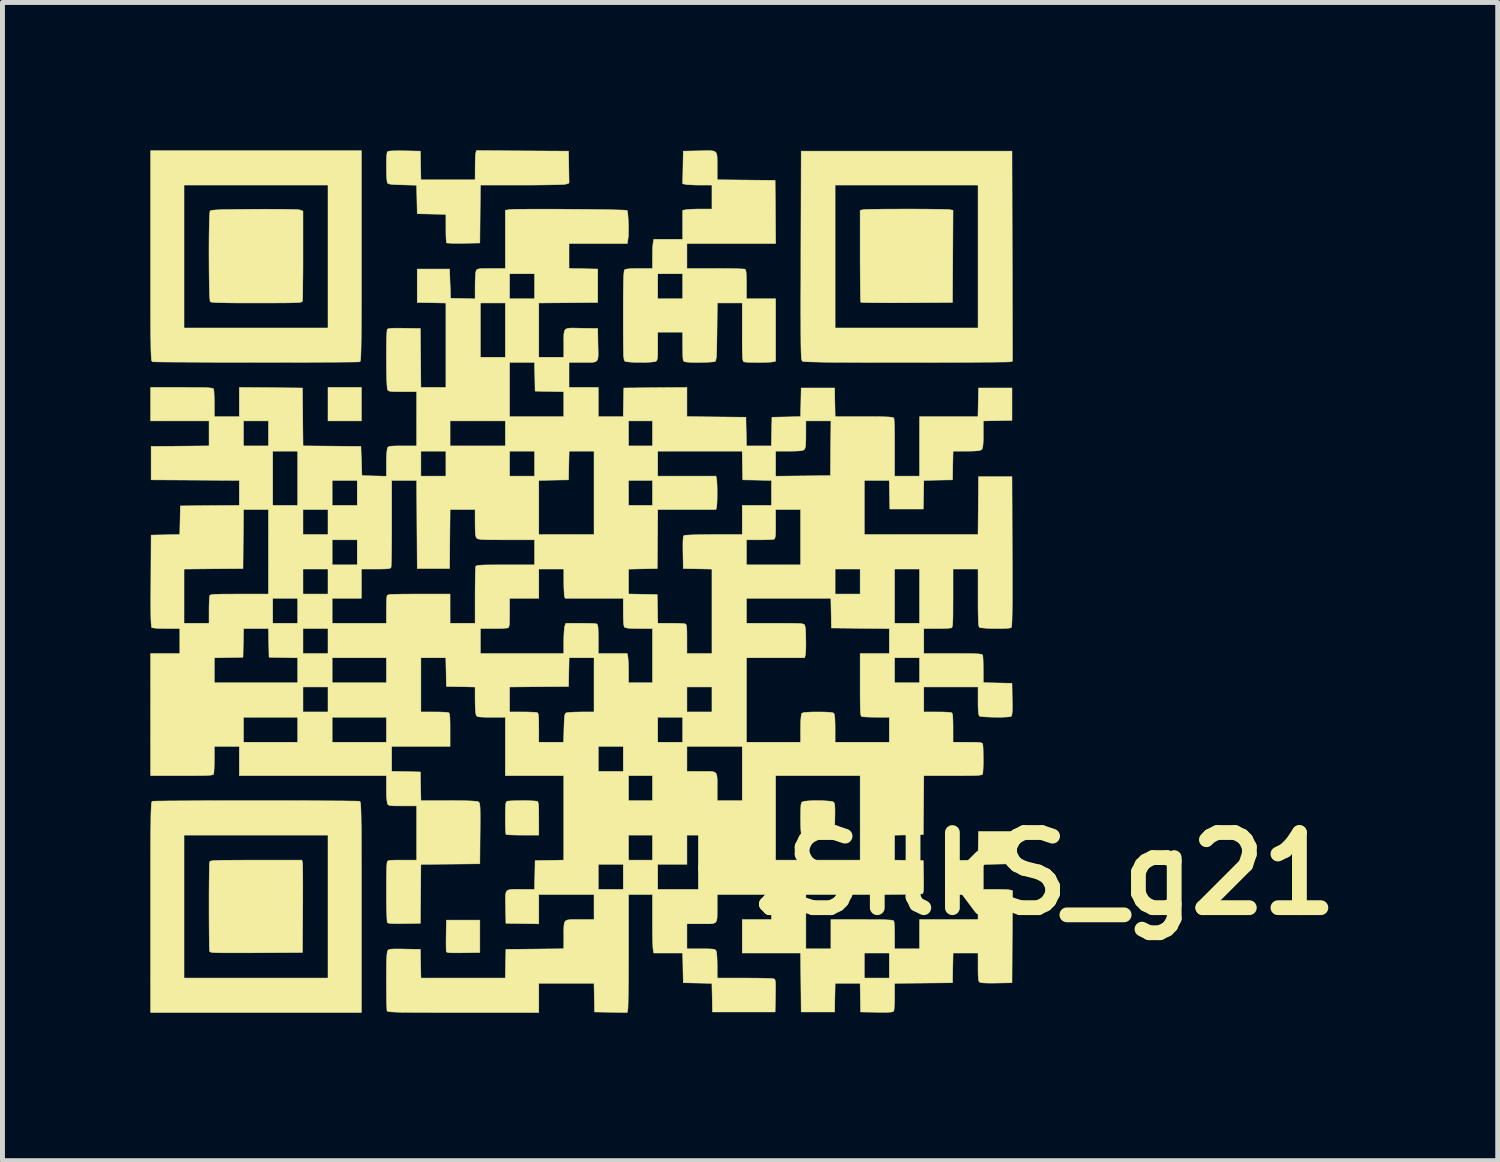
<source format=kicad_pcb>
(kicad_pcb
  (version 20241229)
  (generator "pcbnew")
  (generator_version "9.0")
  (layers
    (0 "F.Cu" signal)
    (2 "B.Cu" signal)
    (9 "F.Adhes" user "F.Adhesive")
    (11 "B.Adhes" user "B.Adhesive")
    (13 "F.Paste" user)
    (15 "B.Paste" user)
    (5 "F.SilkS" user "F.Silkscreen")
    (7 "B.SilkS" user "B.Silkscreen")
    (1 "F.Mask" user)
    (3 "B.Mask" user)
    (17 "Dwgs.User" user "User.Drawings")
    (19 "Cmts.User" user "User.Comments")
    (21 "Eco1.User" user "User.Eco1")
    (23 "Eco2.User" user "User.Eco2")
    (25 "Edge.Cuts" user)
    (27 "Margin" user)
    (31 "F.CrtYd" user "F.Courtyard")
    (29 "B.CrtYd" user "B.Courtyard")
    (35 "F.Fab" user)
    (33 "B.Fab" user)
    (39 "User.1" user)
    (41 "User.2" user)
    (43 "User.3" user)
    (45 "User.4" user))
  (footprint "F.SilkS_g21"
    (layer "F.Cu")
    (at 17.468 14.674)
    (property "Reference" "F.SilkS_g21" (at 0 0 0) (layer "F.SilkS") (effects (font (size 1.524 1.524) (thickness 0.3))))
    (attr through_hole)
    (fp_poly (pts (xy -13.187 -9.186) (xy -13.864 -9.186) (xy -13.864 -9.864) (xy -13.187 -9.864) (xy -13.187 -9.186)) (stroke (width 0.01) (type solid)) (fill yes) (layer "F.SilkS"))
    (fp_poly (pts (xy -10.784 1.598) (xy -11.118 1.604) (xy -11.25 1.605) (xy -11.346 1.605) (xy -11.409 1.601) (xy -11.446 1.594) (xy -11.462 1.584) (xy -11.463 1.582) (xy -11.466 1.551) (xy -11.468 1.487) (xy -11.469 1.397) (xy -11.468 1.29) (xy -11.468 1.248) (xy -11.462 0.942) (xy -10.784 0.942) (xy -10.784 1.598)) (stroke (width 0.01) (type solid)) (fill yes) (layer "F.SilkS"))
    (fp_poly (pts (xy -9.822 -1.481) (xy -9.73 -1.478) (xy -9.661 -1.474) (xy -9.624 -1.469) (xy -9.622 -1.469) (xy -9.609 -1.459) (xy -9.6 -1.435) (xy -9.594 -1.392) (xy -9.59 -1.324) (xy -9.589 -1.224) (xy -9.588 -1.12) (xy -9.588 -0.783) (xy -9.913 -0.783) (xy -10.026 -0.784) (xy -10.124 -0.786) (xy -10.199 -0.79) (xy -10.243 -0.795) (xy -10.252 -0.797) (xy -10.257 -0.822) (xy -10.261 -0.882) (xy -10.264 -0.969) (xy -10.266 -1.075) (xy -10.266 -1.134) (xy -10.265 -1.259) (xy -10.263 -1.349) (xy -10.259 -1.409) (xy -10.252 -1.445) (xy -10.241 -1.463) (xy -10.232 -1.469) (xy -10.199 -1.474) (xy -10.133 -1.478) (xy -10.043 -1.48) (xy -9.939 -1.482) (xy -9.927 -1.482) (xy -9.822 -1.481)) (stroke (width 0.01) (type solid)) (fill yes) (layer "F.SilkS"))
    (fp_poly (pts (xy -3.825 -1.48) (xy -3.732 -1.475) (xy -3.659 -1.468) (xy -3.616 -1.457) (xy -3.612 -1.455) (xy -3.598 -1.44) (xy -3.589 -1.416) (xy -3.583 -1.375) (xy -3.58 -1.311) (xy -3.58 -1.216) (xy -3.582 -1.111) (xy -3.588 -0.794) (xy -3.917 -0.788) (xy -4.031 -0.787) (xy -4.13 -0.788) (xy -4.206 -0.79) (xy -4.252 -0.794) (xy -4.261 -0.797) (xy -4.266 -0.822) (xy -4.271 -0.882) (xy -4.274 -0.968) (xy -4.275 -1.074) (xy -4.276 -1.125) (xy -4.275 -1.247) (xy -4.273 -1.333) (xy -4.27 -1.391) (xy -4.263 -1.426) (xy -4.252 -1.447) (xy -4.236 -1.459) (xy -4.235 -1.46) (xy -4.194 -1.47) (xy -4.122 -1.477) (xy -4.03 -1.481) (xy -3.927 -1.482) (xy -3.825 -1.48)) (stroke (width 0.01) (type solid)) (fill yes) (layer "F.SilkS"))
    (fp_poly (pts (xy -2.003 -13.483) (xy -1.835 -13.482) (xy -1.678 -13.481) (xy -1.537 -13.479) (xy -1.418 -13.477) (xy -1.326 -13.475) (xy -1.267 -13.472) (xy -1.251 -13.47) (xy -1.185 -13.457) (xy -1.19 -12.523) (xy -1.196 -11.589) (xy -2.118 -11.583) (xy -2.312 -11.582) (xy -2.492 -11.582) (xy -2.655 -11.583) (xy -2.796 -11.584) (xy -2.911 -11.585) (xy -2.995 -11.588) (xy -3.044 -11.59) (xy -3.055 -11.592) (xy -3.058 -11.616) (xy -3.061 -11.677) (xy -3.063 -11.772) (xy -3.065 -11.896) (xy -3.067 -12.045) (xy -3.068 -12.215) (xy -3.069 -12.401) (xy -3.069 -12.532) (xy -3.069 -13.457) (xy -3.003 -13.47) (xy -2.965 -13.473) (xy -2.89 -13.476) (xy -2.785 -13.478) (xy -2.655 -13.48) (xy -2.506 -13.482) (xy -2.344 -13.482) (xy -2.174 -13.483) (xy -2.003 -13.483)) (stroke (width 0.01) (type solid)) (fill yes) (layer "F.SilkS"))
    (fp_poly (pts (xy -14.383 -0.228) (xy -14.38 -0.197) (xy -14.378 -0.128) (xy -14.377 -0.027) (xy -14.376 0.103) (xy -14.375 0.256) (xy -14.376 0.429) (xy -14.376 0.615) (xy -14.377 0.709) (xy -14.383 1.598) (xy -15.317 1.604) (xy -15.542 1.605) (xy -15.728 1.605) (xy -15.879 1.605) (xy -15.999 1.605) (xy -16.091 1.603) (xy -16.159 1.6) (xy -16.207 1.597) (xy -16.237 1.592) (xy -16.255 1.585) (xy -16.263 1.578) (xy -16.264 1.575) (xy -16.267 1.547) (xy -16.27 1.481) (xy -16.272 1.384) (xy -16.274 1.261) (xy -16.275 1.118) (xy -16.276 0.96) (xy -16.277 0.792) (xy -16.277 0.62) (xy -16.277 0.45) (xy -16.276 0.287) (xy -16.275 0.136) (xy -16.273 0.003) (xy -16.271 -0.107) (xy -16.269 -0.187) (xy -16.266 -0.233) (xy -16.264 -0.242) (xy -16.258 -0.25) (xy -16.242 -0.256) (xy -16.214 -0.262) (xy -16.169 -0.266) (xy -16.105 -0.269) (xy -16.017 -0.272) (xy -15.901 -0.273) (xy -15.755 -0.274) (xy -15.574 -0.275) (xy -15.355 -0.275) (xy -15.323 -0.275) (xy -14.394 -0.275) (xy -14.383 -0.228)) (stroke (width 0.01) (type solid)) (fill yes) (layer "F.SilkS"))
    (fp_poly (pts (xy 0.016 -12.528) (xy 0.021 -10.398) (xy -0.026 -10.385) (xy -0.054 -10.383) (xy -0.121 -10.381) (xy -0.224 -10.38) (xy -0.361 -10.378) (xy -0.528 -10.377) (xy -0.723 -10.376) (xy -0.943 -10.374) (xy -1.184 -10.374) (xy -1.443 -10.373) (xy -1.719 -10.372) (xy -2.007 -10.372) (xy -2.139 -10.372) (xy -2.496 -10.372) (xy -2.813 -10.372) (xy -3.092 -10.373) (xy -3.334 -10.374) (xy -3.543 -10.375) (xy -3.72 -10.376) (xy -3.867 -10.378) (xy -3.986 -10.381) (xy -4.08 -10.383) (xy -4.15 -10.386) (xy -4.199 -10.39) (xy -4.229 -10.394) (xy -4.24 -10.398) (xy -4.246 -10.405) (xy -4.251 -10.416) (xy -4.256 -10.436) (xy -4.26 -10.465) (xy -4.263 -10.508) (xy -4.266 -10.565) (xy -4.268 -10.64) (xy -4.27 -10.736) (xy -4.271 -10.853) (xy -4.272 -10.996) (xy -4.272 -11.166) (xy -4.273 -11.366) (xy -4.273 -11.598) (xy -4.272 -11.865) (xy -4.271 -12.169) (xy -4.271 -12.513) (xy -4.271 -12.541) (xy -4.267 -13.97) (xy -3.577 -13.97) (xy -3.577 -11.07) (xy -0.677 -11.07) (xy -0.677 -13.97) (xy -3.577 -13.97) (xy -4.267 -13.97) (xy -4.265 -14.658) (xy 0.011 -14.658) (xy 0.016 -12.528)) (stroke (width 0.01) (type solid)) (fill yes) (layer "F.SilkS"))
    (fp_poly (pts (xy -9.919 -14.663) (xy -8.985 -14.658) (xy -8.979 -14.335) (xy -8.974 -14.012) (xy -9.028 -13.991) (xy -9.063 -13.986) (xy -9.137 -13.981) (xy -9.246 -13.977) (xy -9.386 -13.974) (xy -9.555 -13.972) (xy -9.748 -13.97) (xy -9.928 -13.97) (xy -10.773 -13.97) (xy -10.784 -12.795) (xy -11.114 -12.789) (xy -11.228 -12.788) (xy -11.327 -12.789) (xy -11.403 -12.792) (xy -11.448 -12.795) (xy -11.458 -12.798) (xy -11.463 -12.824) (xy -11.468 -12.883) (xy -11.471 -12.969) (xy -11.472 -13.071) (xy -11.472 -13.095) (xy -11.472 -13.376) (xy -11.763 -13.382) (xy -12.054 -13.388) (xy -12.06 -13.677) (xy -12.066 -13.967) (xy -12.352 -13.974) (xy -12.474 -13.978) (xy -12.559 -13.983) (xy -12.614 -13.991) (xy -12.646 -14.001) (xy -12.658 -14.012) (xy -12.666 -14.045) (xy -12.672 -14.111) (xy -12.676 -14.199) (xy -12.678 -14.299) (xy -12.678 -14.402) (xy -12.676 -14.498) (xy -12.672 -14.577) (xy -12.665 -14.629) (xy -12.661 -14.643) (xy -12.643 -14.653) (xy -12.602 -14.661) (xy -12.532 -14.664) (xy -12.429 -14.665) (xy -12.317 -14.664) (xy -11.991 -14.658) (xy -11.985 -14.367) (xy -11.979 -14.076) (xy -10.88 -14.076) (xy -10.879 -14.325) (xy -10.878 -14.427) (xy -10.875 -14.518) (xy -10.871 -14.587) (xy -10.866 -14.621) (xy -10.853 -14.669) (xy -9.919 -14.663)) (stroke (width 0.01) (type solid)) (fill yes) (layer "F.SilkS"))
    (fp_poly (pts (xy -14.92 -13.479) (xy -14.748 -13.478) (xy -14.61 -13.475) (xy -14.509 -13.472) (xy -14.446 -13.467) (xy -14.428 -13.463) (xy -14.372 -13.442) (xy -14.372 -12.544) (xy -14.372 -12.352) (xy -14.373 -12.172) (xy -14.375 -12.01) (xy -14.376 -11.869) (xy -14.378 -11.754) (xy -14.381 -11.67) (xy -14.384 -11.622) (xy -14.385 -11.612) (xy -14.392 -11.604) (xy -14.407 -11.597) (xy -14.436 -11.591) (xy -14.481 -11.587) (xy -14.546 -11.584) (xy -14.634 -11.581) (xy -14.75 -11.58) (xy -14.898 -11.579) (xy -15.08 -11.578) (xy -15.3 -11.578) (xy -15.312 -11.578) (xy -15.549 -11.578) (xy -15.747 -11.579) (xy -15.908 -11.581) (xy -16.034 -11.584) (xy -16.129 -11.587) (xy -16.195 -11.592) (xy -16.235 -11.597) (xy -16.252 -11.604) (xy -16.258 -11.63) (xy -16.263 -11.693) (xy -16.267 -11.788) (xy -16.271 -11.909) (xy -16.274 -12.051) (xy -16.276 -12.208) (xy -16.277 -12.375) (xy -16.278 -12.547) (xy -16.278 -12.718) (xy -16.277 -12.883) (xy -16.275 -13.036) (xy -16.273 -13.173) (xy -16.269 -13.287) (xy -16.265 -13.373) (xy -16.26 -13.427) (xy -16.256 -13.441) (xy -16.247 -13.449) (xy -16.226 -13.455) (xy -16.19 -13.461) (xy -16.135 -13.465) (xy -16.058 -13.469) (xy -15.955 -13.472) (xy -15.822 -13.474) (xy -15.656 -13.476) (xy -15.453 -13.478) (xy -15.36 -13.479) (xy -15.125 -13.48) (xy -14.92 -13.479)) (stroke (width 0.01) (type solid)) (fill yes) (layer "F.SilkS"))
    (fp_poly (pts (xy -15.071 -1.481) (xy -14.815 -1.481) (xy -14.566 -1.481) (xy -14.327 -1.48) (xy -14.103 -1.479) (xy -13.896 -1.478) (xy -13.71 -1.477) (xy -13.549 -1.476) (xy -13.416 -1.474) (xy -13.315 -1.473) (xy -13.248 -1.471) (xy -13.221 -1.469) (xy -13.22 -1.469) (xy -13.215 -1.464) (xy -13.21 -1.451) (xy -13.206 -1.429) (xy -13.202 -1.395) (xy -13.199 -1.347) (xy -13.196 -1.282) (xy -13.194 -1.197) (xy -13.192 -1.091) (xy -13.19 -0.96) (xy -13.189 -0.803) (xy -13.188 -0.618) (xy -13.188 -0.401) (xy -13.187 -0.15) (xy -13.187 0.137) (xy -13.187 0.462) (xy -13.187 0.68) (xy -13.187 2.815) (xy -17.462 2.815) (xy -17.462 0.68) (xy -17.462 0.33) (xy -17.462 0.02) (xy -17.462 -0.252) (xy -17.461 -0.49) (xy -17.461 -0.694) (xy -17.46 -0.783) (xy -16.785 -0.783) (xy -16.785 2.117) (xy -13.864 2.117) (xy -13.864 -0.783) (xy -16.785 -0.783) (xy -17.46 -0.783) (xy -17.46 -0.868) (xy -17.458 -1.014) (xy -17.457 -1.135) (xy -17.455 -1.232) (xy -17.452 -1.309) (xy -17.449 -1.368) (xy -17.446 -1.41) (xy -17.442 -1.439) (xy -17.438 -1.457) (xy -17.432 -1.466) (xy -17.429 -1.469) (xy -17.403 -1.471) (xy -17.338 -1.473) (xy -17.238 -1.474) (xy -17.106 -1.476) (xy -16.946 -1.477) (xy -16.761 -1.478) (xy -16.555 -1.479) (xy -16.331 -1.48) (xy -16.093 -1.481) (xy -15.845 -1.481) (xy -15.589 -1.481) (xy -15.33 -1.481) (xy -15.071 -1.481)) (stroke (width 0.01) (type solid)) (fill yes) (layer "F.SilkS"))
    (fp_poly (pts (xy -13.187 -12.533) (xy -13.187 -12.183) (xy -13.187 -11.873) (xy -13.187 -11.601) (xy -13.188 -11.364) (xy -13.189 -11.159) (xy -13.19 -10.985) (xy -13.191 -10.839) (xy -13.193 -10.718) (xy -13.195 -10.621) (xy -13.197 -10.544) (xy -13.2 -10.486) (xy -13.203 -10.443) (xy -13.207 -10.414) (xy -13.212 -10.396) (xy -13.217 -10.387) (xy -13.22 -10.385) (xy -13.246 -10.383) (xy -13.31 -10.381) (xy -13.409 -10.38) (xy -13.541 -10.379) (xy -13.7 -10.377) (xy -13.884 -10.377) (xy -14.09 -10.376) (xy -14.313 -10.375) (xy -14.551 -10.375) (xy -14.799 -10.374) (xy -15.054 -10.374) (xy -15.313 -10.374) (xy -15.572 -10.375) (xy -15.828 -10.375) (xy -16.077 -10.375) (xy -16.315 -10.376) (xy -16.539 -10.377) (xy -16.746 -10.378) (xy -16.933 -10.379) (xy -17.094 -10.38) (xy -17.228 -10.381) (xy -17.33 -10.383) (xy -17.397 -10.384) (xy -17.425 -10.386) (xy -17.425 -10.386) (xy -17.431 -10.39) (xy -17.437 -10.398) (xy -17.442 -10.413) (xy -17.446 -10.439) (xy -17.449 -10.476) (xy -17.452 -10.528) (xy -17.455 -10.598) (xy -17.457 -10.686) (xy -17.458 -10.797) (xy -17.46 -10.932) (xy -17.461 -11.094) (xy -17.461 -11.285) (xy -17.462 -11.507) (xy -17.462 -11.764) (xy -17.462 -12.057) (xy -17.462 -12.389) (xy -17.462 -12.532) (xy -17.462 -13.97) (xy -16.785 -13.97) (xy -16.785 -11.07) (xy -13.864 -11.07) (xy -13.864 -13.97) (xy -16.785 -13.97) (xy -17.462 -13.97) (xy -17.462 -14.668) (xy -13.187 -14.668) (xy -13.187 -12.533)) (stroke (width 0.01) (type solid)) (fill yes) (layer "F.SilkS"))
    (fp_poly (pts (xy -6.101 -14.667) (xy -6.037 -14.658) (xy -5.998 -14.635) (xy -5.977 -14.593) (xy -5.97 -14.525) (xy -5.969 -14.426) (xy -5.969 -14.325) (xy -5.969 -14.077) (xy -5.382 -14.071) (xy -4.794 -14.065) (xy -4.783 -12.785) (xy -6.583 -12.785) (xy -6.583 -12.277) (xy -6.013 -12.277) (xy -5.861 -12.276) (xy -5.721 -12.275) (xy -5.6 -12.273) (xy -5.504 -12.27) (xy -5.439 -12.267) (xy -5.41 -12.264) (xy -5.396 -12.253) (xy -5.387 -12.228) (xy -5.381 -12.182) (xy -5.378 -12.109) (xy -5.376 -12.002) (xy -5.376 -11.957) (xy -5.376 -11.663) (xy -4.784 -11.663) (xy -4.784 -10.398) (xy -4.831 -10.385) (xy -4.873 -10.379) (xy -4.945 -10.376) (xy -5.037 -10.373) (xy -5.138 -10.372) (xy -5.238 -10.373) (xy -5.327 -10.375) (xy -5.394 -10.379) (xy -5.428 -10.385) (xy -5.437 -10.392) (xy -5.445 -10.411) (xy -5.451 -10.444) (xy -5.455 -10.497) (xy -5.458 -10.575) (xy -5.46 -10.681) (xy -5.461 -10.82) (xy -5.461 -10.988) (xy -5.461 -11.578) (xy -5.967 -11.578) (xy -5.973 -10.995) (xy -5.976 -10.819) (xy -5.978 -10.681) (xy -5.981 -10.575) (xy -5.985 -10.499) (xy -5.991 -10.447) (xy -5.998 -10.414) (xy -6.006 -10.397) (xy -6.011 -10.392) (xy -6.044 -10.385) (xy -6.108 -10.379) (xy -6.195 -10.375) (xy -6.295 -10.373) (xy -6.397 -10.372) (xy -6.491 -10.374) (xy -6.568 -10.378) (xy -6.617 -10.384) (xy -6.62 -10.385) (xy -6.639 -10.392) (xy -6.652 -10.404) (xy -6.66 -10.43) (xy -6.665 -10.476) (xy -6.667 -10.548) (xy -6.667 -10.653) (xy -6.668 -10.692) (xy -6.668 -10.986) (xy -7.176 -10.986) (xy -7.176 -10.7) (xy -7.176 -10.585) (xy -7.178 -10.504) (xy -7.183 -10.452) (xy -7.191 -10.42) (xy -7.203 -10.402) (xy -7.216 -10.394) (xy -7.255 -10.385) (xy -7.325 -10.378) (xy -7.417 -10.374) (xy -7.519 -10.373) (xy -7.622 -10.374) (xy -7.716 -10.378) (xy -7.79 -10.384) (xy -7.833 -10.393) (xy -7.837 -10.395) (xy -7.846 -10.402) (xy -7.853 -10.416) (xy -7.859 -10.44) (xy -7.864 -10.479) (xy -7.868 -10.535) (xy -7.87 -10.612) (xy -7.872 -10.715) (xy -7.873 -10.847) (xy -7.874 -11.012) (xy -7.874 -11.214) (xy -7.874 -11.321) (xy -7.874 -11.557) (xy -7.873 -11.753) (xy -7.871 -11.913) (xy -7.868 -12.038) (xy -7.865 -12.132) (xy -7.862 -12.171) (xy -7.176 -12.171) (xy -7.176 -11.663) (xy -6.668 -11.663) (xy -6.668 -12.171) (xy -7.176 -12.171) (xy -7.862 -12.171) (xy -7.86 -12.197) (xy -7.855 -12.236) (xy -7.849 -12.251) (xy -7.814 -12.264) (xy -7.74 -12.272) (xy -7.625 -12.276) (xy -7.552 -12.277) (xy -7.281 -12.277) (xy -7.281 -12.507) (xy -7.28 -12.609) (xy -7.277 -12.701) (xy -7.272 -12.772) (xy -7.268 -12.803) (xy -7.255 -12.869) (xy -6.668 -12.869) (xy -6.668 -13.457) (xy -6.601 -13.47) (xy -6.553 -13.475) (xy -6.474 -13.48) (xy -6.378 -13.483) (xy -6.305 -13.483) (xy -6.075 -13.483) (xy -6.075 -13.97) (xy -6.305 -13.97) (xy -6.407 -13.971) (xy -6.5 -13.975) (xy -6.571 -13.979) (xy -6.602 -13.983) (xy -6.669 -13.997) (xy -6.663 -14.327) (xy -6.657 -14.658) (xy -6.326 -14.664) (xy -6.195 -14.667) (xy -6.101 -14.667)) (stroke (width 0.01) (type solid)) (fill yes) (layer "F.SilkS"))
    (fp_poly (pts (xy -9.301 -13.481) (xy -9.108 -13.48) (xy -8.913 -13.478) (xy -8.72 -13.477) (xy -8.533 -13.475) (xy -8.357 -13.472) (xy -8.197 -13.47) (xy -8.057 -13.467) (xy -7.943 -13.464) (xy -7.859 -13.461) (xy -7.809 -13.458) (xy -7.797 -13.455) (xy -7.788 -13.427) (xy -7.781 -13.366) (xy -7.775 -13.282) (xy -7.771 -13.185) (xy -7.769 -13.085) (xy -7.77 -12.991) (xy -7.774 -12.914) (xy -7.778 -12.88) (xy -7.792 -12.785) (xy -8.975 -12.785) (xy -8.975 -12.278) (xy -8.684 -12.272) (xy -8.393 -12.266) (xy -8.393 -11.589) (xy -8.991 -11.583) (xy -9.588 -11.578) (xy -9.588 -10.477) (xy -9.081 -10.477) (xy -9.08 -10.726) (xy -9.081 -10.853) (xy -9.079 -10.944) (xy -9.069 -11.006) (xy -9.044 -11.044) (xy -9 -11.063) (xy -8.93 -11.069) (xy -8.828 -11.068) (xy -8.723 -11.065) (xy -8.393 -11.06) (xy -8.387 -10.729) (xy -8.384 -10.598) (xy -8.384 -10.504) (xy -8.392 -10.44) (xy -8.415 -10.401) (xy -8.458 -10.38) (xy -8.526 -10.372) (xy -8.625 -10.372) (xy -8.726 -10.372) (xy -8.975 -10.372) (xy -8.975 -9.864) (xy -8.382 -9.864) (xy -8.382 -9.271) (xy -7.875 -9.271) (xy -7.869 -9.562) (xy -7.863 -9.853) (xy -7.223 -9.859) (xy -6.583 -9.864) (xy -6.583 -9.272) (xy -5.985 -9.266) (xy -5.387 -9.26) (xy -5.381 -8.969) (xy -5.375 -8.678) (xy -4.87 -8.678) (xy -4.864 -8.969) (xy -4.858 -9.26) (xy -4.567 -9.266) (xy -4.277 -9.272) (xy -4.265 -9.853) (xy -3.588 -9.853) (xy -3.582 -9.562) (xy -3.576 -9.271) (xy -2.986 -9.271) (xy -2.811 -9.271) (xy -2.673 -9.27) (xy -2.569 -9.268) (xy -2.493 -9.265) (xy -2.441 -9.261) (xy -2.409 -9.255) (xy -2.391 -9.247) (xy -2.384 -9.238) (xy -2.38 -9.208) (xy -2.377 -9.142) (xy -2.374 -9.046) (xy -2.372 -8.925) (xy -2.371 -8.785) (xy -2.371 -8.634) (xy -2.371 -8.065) (xy -1.863 -8.065) (xy -1.863 -9.271) (xy -0.679 -9.271) (xy -0.673 -9.562) (xy -0.667 -9.853) (xy 0.011 -9.853) (xy 0.011 -9.197) (xy -0.28 -9.191) (xy -0.572 -9.185) (xy -0.572 -8.912) (xy -0.572 -8.794) (xy -0.576 -8.711) (xy -0.583 -8.656) (xy -0.593 -8.622) (xy -0.605 -8.606) (xy -0.627 -8.591) (xy -0.665 -8.582) (xy -0.726 -8.576) (xy -0.816 -8.573) (xy -0.911 -8.572) (xy -1.184 -8.572) (xy -1.19 -8.281) (xy -1.196 -7.99) (xy -1.486 -7.985) (xy -1.777 -7.979) (xy -1.789 -7.398) (xy -2.466 -7.398) (xy -2.472 -7.689) (xy -2.478 -7.98) (xy -2.985 -7.98) (xy -2.985 -6.879) (xy -0.678 -6.879) (xy -0.672 -7.467) (xy -0.667 -8.054) (xy 0.011 -8.054) (xy 0.016 -6.531) (xy 0.017 -6.229) (xy 0.017 -5.966) (xy 0.017 -5.741) (xy 0.017 -5.551) (xy 0.016 -5.394) (xy 0.014 -5.266) (xy 0.012 -5.166) (xy 0.009 -5.091) (xy 0.005 -5.039) (xy 0.001 -5.007) (xy -0.004 -4.993) (xy -0.005 -4.992) (xy -0.039 -4.983) (xy -0.105 -4.978) (xy -0.193 -4.975) (xy -0.293 -4.974) (xy -0.397 -4.975) (xy -0.494 -4.979) (xy -0.576 -4.985) (xy -0.632 -4.992) (xy -0.652 -5) (xy -0.66 -5.021) (xy -0.667 -5.07) (xy -0.671 -5.148) (xy -0.675 -5.259) (xy -0.677 -5.407) (xy -0.677 -5.594) (xy -0.677 -5.603) (xy -0.677 -6.181) (xy -1.185 -6.181) (xy -1.185 -5.59) (xy -1.186 -5.415) (xy -1.186 -5.277) (xy -1.188 -5.173) (xy -1.191 -5.097) (xy -1.195 -5.045) (xy -1.201 -5.012) (xy -1.209 -4.994) (xy -1.219 -4.987) (xy -1.252 -4.982) (xy -1.318 -4.978) (xy -1.408 -4.975) (xy -1.511 -4.974) (xy -1.515 -4.974) (xy -1.778 -4.974) (xy -1.778 -4.466) (xy -1.188 -4.466) (xy -1.012 -4.466) (xy -0.874 -4.465) (xy -0.77 -4.463) (xy -0.694 -4.46) (xy -0.642 -4.456) (xy -0.609 -4.45) (xy -0.592 -4.442) (xy -0.584 -4.433) (xy -0.579 -4.399) (xy -0.575 -4.333) (xy -0.573 -4.244) (xy -0.572 -4.14) (xy -0.572 -4.137) (xy -0.572 -3.875) (xy 0.011 -3.863) (xy 0.016 -3.536) (xy 0.018 -3.403) (xy 0.017 -3.307) (xy 0.012 -3.243) (xy 0.004 -3.206) (xy -0.005 -3.193) (xy -0.039 -3.184) (xy -0.105 -3.179) (xy -0.193 -3.175) (xy -0.293 -3.175) (xy -0.397 -3.176) (xy -0.494 -3.18) (xy -0.576 -3.185) (xy -0.632 -3.193) (xy -0.652 -3.2) (xy -0.664 -3.234) (xy -0.672 -3.306) (xy -0.677 -3.418) (xy -0.677 -3.507) (xy -0.677 -3.789) (xy -1.778 -3.789) (xy -1.778 -3.281) (xy -1.515 -3.281) (xy -1.411 -3.28) (xy -1.321 -3.277) (xy -1.254 -3.273) (xy -1.219 -3.268) (xy -1.219 -3.268) (xy -1.205 -3.257) (xy -1.196 -3.232) (xy -1.19 -3.186) (xy -1.187 -3.113) (xy -1.185 -3.006) (xy -1.185 -2.961) (xy -1.185 -2.667) (xy -0.891 -2.667) (xy -0.772 -2.666) (xy -0.688 -2.664) (xy -0.634 -2.659) (xy -0.602 -2.651) (xy -0.587 -2.639) (xy -0.584 -2.634) (xy -0.579 -2.6) (xy -0.575 -2.534) (xy -0.573 -2.444) (xy -0.572 -2.34) (xy -0.572 -2.328) (xy -0.572 -2.223) (xy -0.575 -2.131) (xy -0.579 -2.062) (xy -0.584 -2.025) (xy -0.584 -2.023) (xy -0.592 -2.013) (xy -0.611 -2.005) (xy -0.644 -2) (xy -0.697 -1.995) (xy -0.775 -1.992) (xy -0.881 -1.991) (xy -1.02 -1.99) (xy -1.187 -1.99) (xy -1.777 -1.99) (xy -1.789 -0.794) (xy -2.08 -0.788) (xy -2.371 -0.782) (xy -2.371 -0.276) (xy -2.08 -0.27) (xy -1.789 -0.265) (xy -1.783 0.062) (xy -1.781 0.195) (xy -1.783 0.292) (xy -1.787 0.356) (xy -1.795 0.392) (xy -1.804 0.406) (xy -1.83 0.409) (xy -1.894 0.412) (xy -1.992 0.415) (xy -2.121 0.417) (xy -2.277 0.419) (xy -2.455 0.421) (xy -2.653 0.422) (xy -2.865 0.423) (xy -3 0.423) (xy -4.17 0.423) (xy -4.17 1.524) (xy -3.662 1.524) (xy -3.662 0.931) (xy -3.029 0.931) (xy -2.847 0.932) (xy -2.703 0.932) (xy -2.592 0.934) (xy -2.51 0.937) (xy -2.453 0.941) (xy -2.416 0.946) (xy -2.395 0.953) (xy -2.385 0.962) (xy -2.384 0.965) (xy -2.379 0.998) (xy -2.375 1.064) (xy -2.372 1.154) (xy -2.371 1.257) (xy -2.371 1.261) (xy -2.371 1.524) (xy -1.863 1.524) (xy -1.863 0.931) (xy -0.677 0.931) (xy -0.677 0.423) (xy -0.947 0.423) (xy -1.052 0.422) (xy -1.142 0.418) (xy -1.208 0.413) (xy -1.243 0.406) (xy -1.244 0.406) (xy -1.255 0.387) (xy -1.262 0.346) (xy -1.266 0.277) (xy -1.267 0.174) (xy -1.265 0.062) (xy -1.259 -0.265) (xy -0.679 -0.276) (xy -0.673 -0.567) (xy -0.667 -0.857) (xy 0.011 -0.857) (xy 0.011 -0.201) (xy -0.572 -0.189) (xy -0.572 0.318) (xy -0.323 0.318) (xy -0.22 0.319) (xy -0.129 0.322) (xy -0.06 0.326) (xy -0.026 0.331) (xy 0.022 0.344) (xy 0.016 1.278) (xy 0.011 2.212) (xy -0.304 2.218) (xy -0.45 2.219) (xy -0.555 2.216) (xy -0.622 2.209) (xy -0.648 2.199) (xy -0.661 2.178) (xy -0.669 2.134) (xy -0.675 2.063) (xy -0.677 1.957) (xy -0.677 1.892) (xy -0.677 1.609) (xy -1.184 1.609) (xy -1.19 1.91) (xy -1.196 2.212) (xy -1.783 2.218) (xy -2.371 2.223) (xy -2.371 2.493) (xy -2.372 2.597) (xy -2.376 2.687) (xy -2.381 2.754) (xy -2.388 2.788) (xy -2.388 2.789) (xy -2.407 2.8) (xy -2.448 2.807) (xy -2.517 2.811) (xy -2.62 2.812) (xy -2.732 2.81) (xy -3.059 2.805) (xy -3.07 2.223) (xy -3.576 2.223) (xy -3.588 2.805) (xy -4.265 2.805) (xy -4.271 2.207) (xy -4.276 1.609) (xy -2.985 1.609) (xy -2.985 2.117) (xy -2.477 2.117) (xy -2.477 1.609) (xy -2.985 1.609) (xy -4.276 1.609) (xy -5.461 1.609) (xy -5.461 0.931) (xy -4.868 0.931) (xy -4.868 0.423) (xy -5.969 0.423) (xy -5.969 0.672) (xy -5.969 0.8) (xy -5.971 0.892) (xy -5.981 0.953) (xy -6.005 0.99) (xy -6.048 1.009) (xy -6.116 1.016) (xy -6.215 1.016) (xy -6.289 1.016) (xy -6.583 1.016) (xy -6.583 1.524) (xy -6.298 1.524) (xy -6.182 1.524) (xy -6.102 1.527) (xy -6.049 1.531) (xy -6.017 1.539) (xy -6 1.552) (xy -5.991 1.565) (xy -5.982 1.601) (xy -5.975 1.67) (xy -5.971 1.762) (xy -5.969 1.861) (xy -5.969 2.117) (xy -5.424 2.117) (xy -5.274 2.118) (xy -5.136 2.119) (xy -5.016 2.121) (xy -4.921 2.124) (xy -4.856 2.127) (xy -4.831 2.13) (xy -4.813 2.136) (xy -4.8 2.147) (xy -4.792 2.17) (xy -4.787 2.211) (xy -4.786 2.275) (xy -4.787 2.371) (xy -4.788 2.474) (xy -4.794 2.805) (xy -6.064 2.805) (xy -6.07 2.514) (xy -6.076 2.224) (xy -6.657 2.212) (xy -6.669 1.609) (xy -7.255 1.609) (xy -7.268 1.543) (xy -7.272 1.503) (xy -7.275 1.429) (xy -7.278 1.325) (xy -7.28 1.199) (xy -7.281 1.057) (xy -7.281 0.95) (xy -7.281 0.423) (xy -7.768 0.423) (xy -7.768 1.553) (xy -7.768 1.77) (xy -7.769 1.976) (xy -7.77 2.166) (xy -7.772 2.337) (xy -7.774 2.484) (xy -7.776 2.603) (xy -7.778 2.689) (xy -7.78 2.74) (xy -7.782 2.75) (xy -7.795 2.816) (xy -8.125 2.81) (xy -8.456 2.805) (xy -8.468 2.223) (xy -9.588 2.223) (xy -9.588 2.815) (xy -11.121 2.815) (xy -11.414 2.815) (xy -11.668 2.815) (xy -11.885 2.814) (xy -12.069 2.814) (xy -12.221 2.812) (xy -12.345 2.811) (xy -12.444 2.809) (xy -12.521 2.806) (xy -12.578 2.803) (xy -12.618 2.799) (xy -12.644 2.794) (xy -12.659 2.789) (xy -12.665 2.783) (xy -12.666 2.782) (xy -12.669 2.752) (xy -12.672 2.686) (xy -12.675 2.59) (xy -12.677 2.469) (xy -12.678 2.329) (xy -12.679 2.176) (xy -12.679 2.172) (xy -12.678 1.985) (xy -12.677 1.838) (xy -12.673 1.725) (xy -12.669 1.644) (xy -12.662 1.591) (xy -12.654 1.563) (xy -12.652 1.559) (xy -12.637 1.545) (xy -12.613 1.535) (xy -12.572 1.53) (xy -12.508 1.527) (xy -12.413 1.527) (xy -12.308 1.529) (xy -11.991 1.535) (xy -11.985 1.826) (xy -11.979 2.117) (xy -10.267 2.117) (xy -10.261 1.826) (xy -10.255 1.535) (xy -9.668 1.529) (xy -9.081 1.523) (xy -9.08 1.275) (xy -9.081 1.147) (xy -9.078 1.055) (xy -9.068 0.994) (xy -9.044 0.957) (xy -9.001 0.938) (xy -8.933 0.931) (xy -8.834 0.931) (xy -8.761 0.931) (xy -8.467 0.931) (xy -8.467 0.423) (xy -9.588 0.423) (xy -9.588 1.017) (xy -10.255 1.005) (xy -10.261 0.675) (xy -10.264 0.544) (xy -10.264 0.45) (xy -10.255 0.386) (xy -10.233 0.346) (xy -10.19 0.326) (xy -10.122 0.318) (xy -10.023 0.317) (xy -9.922 0.318) (xy -9.674 0.318) (xy -9.668 0.026) (xy -9.664 -0.191) (xy -8.382 -0.191) (xy -8.382 0.318) (xy -7.874 0.318) (xy -7.874 -0.191) (xy -7.176 -0.191) (xy -7.176 0.318) (xy -6.075 0.318) (xy -6.075 -0.783) (xy -6.583 -0.783) (xy -6.583 -0.191) (xy -7.176 -0.191) (xy -7.874 -0.191) (xy -8.382 -0.191) (xy -9.664 -0.191) (xy -9.663 -0.265) (xy -9.372 -0.27) (xy -9.081 -0.276) (xy -9.081 -0.783) (xy -7.768 -0.783) (xy -7.768 -0.275) (xy -7.281 -0.275) (xy -7.281 -0.783) (xy -7.768 -0.783) (xy -9.081 -0.783) (xy -9.081 -1.99) (xy -7.768 -1.99) (xy -7.768 -1.482) (xy -7.281 -1.482) (xy -7.281 -1.99) (xy -7.768 -1.99) (xy -9.081 -1.99) (xy -10.266 -1.99) (xy -10.266 -2.582) (xy -8.382 -2.582) (xy -8.382 -2.074) (xy -7.874 -2.074) (xy -7.874 -2.582) (xy -6.583 -2.582) (xy -6.583 -2.074) (xy -6.289 -2.074) (xy -6.17 -2.075) (xy -6.085 -2.073) (xy -6.028 -2.062) (xy -5.993 -2.036) (xy -5.976 -1.989) (xy -5.969 -1.916) (xy -5.969 -1.81) (xy -5.969 -1.73) (xy -5.969 -1.482) (xy -5.461 -1.482) (xy -5.461 -1.99) (xy -4.784 -1.99) (xy -4.784 -0.275) (xy -3.069 -0.275) (xy -3.069 -1.99) (xy -4.784 -1.99) (xy -5.461 -1.99) (xy -5.461 -2.582) (xy -6.583 -2.582) (xy -7.874 -2.582) (xy -8.382 -2.582) (xy -10.266 -2.582) (xy -10.266 -3.175) (xy -10.551 -3.175) (xy -10.667 -3.175) (xy -10.747 -3.178) (xy -10.8 -3.182) (xy -10.831 -3.19) (xy -10.849 -3.203) (xy -10.858 -3.216) (xy -10.866 -3.252) (xy -10.873 -3.321) (xy -10.878 -3.413) (xy -10.88 -3.518) (xy -10.88 -3.522) (xy -10.88 -3.788) (xy -10.906 -3.788) (xy -10.181 -3.788) (xy -10.181 -3.281) (xy -9.918 -3.281) (xy -9.815 -3.28) (xy -9.724 -3.277) (xy -9.657 -3.273) (xy -9.623 -3.268) (xy -9.622 -3.268) (xy -9.608 -3.257) (xy -9.599 -3.232) (xy -9.593 -3.186) (xy -9.59 -3.113) (xy -9.589 -3.006) (xy -9.588 -2.961) (xy -9.588 -2.667) (xy -9.084 -2.667) (xy -9.077 -2.954) (xy -9.073 -3.075) (xy -9.068 -3.161) (xy -9.066 -3.175) (xy -7.176 -3.175) (xy -7.176 -2.667) (xy -6.668 -2.667) (xy -6.668 -3.175) (xy -7.176 -3.175) (xy -9.066 -3.175) (xy -9.06 -3.216) (xy -9.049 -3.248) (xy -9.038 -3.26) (xy -9.006 -3.268) (xy -8.94 -3.274) (xy -8.851 -3.279) (xy -8.747 -3.28) (xy -8.737 -3.281) (xy -8.467 -3.281) (xy -8.467 -3.789) (xy -6.583 -3.789) (xy -6.583 -3.281) (xy -6.075 -3.281) (xy -6.075 -3.789) (xy -6.583 -3.789) (xy -8.467 -3.789) (xy -8.467 -4.381) (xy -8.973 -4.381) (xy -8.985 -3.799) (xy -10.181 -3.788) (xy -10.906 -3.788) (xy -11.171 -3.794) (xy -11.462 -3.799) (xy -11.474 -4.381) (xy -11.98 -4.381) (xy -11.98 -3.281) (xy -11.717 -3.281) (xy -11.614 -3.28) (xy -11.523 -3.277) (xy -11.456 -3.273) (xy -11.422 -3.268) (xy -11.421 -3.268) (xy -11.408 -3.258) (xy -11.399 -3.234) (xy -11.393 -3.191) (xy -11.39 -3.123) (xy -11.388 -3.023) (xy -11.388 -2.919) (xy -11.388 -2.582) (xy -12.573 -2.582) (xy -12.573 -2.076) (xy -11.991 -2.064) (xy -11.985 -1.773) (xy -11.979 -1.482) (xy -11.412 -1.482) (xy -11.227 -1.481) (xy -11.08 -1.479) (xy -10.969 -1.476) (xy -10.889 -1.471) (xy -10.838 -1.465) (xy -10.811 -1.456) (xy -10.809 -1.455) (xy -10.799 -1.444) (xy -10.791 -1.426) (xy -10.785 -1.396) (xy -10.78 -1.348) (xy -10.778 -1.279) (xy -10.777 -1.184) (xy -10.777 -1.057) (xy -10.778 -0.895) (xy -10.779 -0.815) (xy -10.784 -0.201) (xy -11.382 -0.195) (xy -11.98 -0.19) (xy -11.985 0.408) (xy -11.991 1.005) (xy -12.317 1.011) (xy -12.451 1.013) (xy -12.547 1.011) (xy -12.611 1.007) (xy -12.648 0.999) (xy -12.661 0.99) (xy -12.665 0.963) (xy -12.669 0.899) (xy -12.672 0.807) (xy -12.675 0.693) (xy -12.677 0.563) (xy -12.678 0.424) (xy -12.678 0.284) (xy -12.678 0.147) (xy -12.676 0.022) (xy -12.674 -0.084) (xy -12.671 -0.167) (xy -12.667 -0.218) (xy -12.665 -0.228) (xy -12.659 -0.246) (xy -12.646 -0.26) (xy -12.62 -0.268) (xy -12.575 -0.273) (xy -12.503 -0.275) (xy -12.397 -0.275) (xy -12.359 -0.275) (xy -12.065 -0.275) (xy -12.065 -1.376) (xy -12.35 -1.376) (xy -12.466 -1.376) (xy -12.546 -1.378) (xy -12.599 -1.383) (xy -12.63 -1.391) (xy -12.648 -1.404) (xy -12.657 -1.417) (xy -12.665 -1.453) (xy -12.672 -1.522) (xy -12.677 -1.614) (xy -12.679 -1.718) (xy -12.679 -1.724) (xy -12.679 -1.99) (xy -15.663 -1.99) (xy -15.663 -2.582) (xy -16.171 -2.582) (xy -16.171 -2.319) (xy -16.172 -2.216) (xy -16.175 -2.125) (xy -16.179 -2.058) (xy -16.184 -2.024) (xy -16.184 -2.023) (xy -16.192 -2.014) (xy -16.21 -2.006) (xy -16.242 -2) (xy -16.294 -1.996) (xy -16.369 -1.993) (xy -16.472 -1.991) (xy -16.608 -1.99) (xy -16.78 -1.99) (xy -16.83 -1.99) (xy -17.462 -1.99) (xy -17.462 -3.175) (xy -15.579 -3.175) (xy -15.579 -2.667) (xy -14.478 -2.667) (xy -14.478 -3.175) (xy -13.78 -3.175) (xy -13.78 -2.667) (xy -12.679 -2.667) (xy -12.679 -3.175) (xy -13.78 -3.175) (xy -14.478 -3.175) (xy -15.579 -3.175) (xy -17.462 -3.175) (xy -17.462 -3.789) (xy -14.372 -3.789) (xy -14.372 -3.281) (xy -13.864 -3.281) (xy -13.864 -3.789) (xy -14.372 -3.789) (xy -17.462 -3.789) (xy -17.462 -4.38) (xy -16.171 -4.38) (xy -16.171 -3.873) (xy -14.478 -3.873) (xy -14.478 -4.38) (xy -14.537 -4.381) (xy -13.78 -4.381) (xy -13.78 -3.873) (xy -12.679 -3.873) (xy -12.679 -4.381) (xy -13.78 -4.381) (xy -14.537 -4.381) (xy -14.769 -4.386) (xy -15.06 -4.392) (xy -15.066 -4.683) (xy -15.072 -4.974) (xy -14.372 -4.974) (xy -14.372 -4.466) (xy -13.864 -4.466) (xy -13.864 -4.974) (xy -10.774 -4.974) (xy -10.774 -4.466) (xy -9.081 -4.466) (xy -9.081 -4.719) (xy -9.079 -4.823) (xy -9.074 -4.917) (xy -9.067 -4.988) (xy -9.06 -5.026) (xy -9.039 -5.08) (xy -8.744 -5.08) (xy -8.634 -5.079) (xy -8.538 -5.077) (xy -8.464 -5.073) (xy -8.421 -5.069) (xy -8.415 -5.067) (xy -8.402 -5.056) (xy -8.392 -5.031) (xy -8.386 -4.985) (xy -8.383 -4.912) (xy -8.382 -4.805) (xy -8.382 -4.76) (xy -8.382 -4.466) (xy -7.795 -4.466) (xy -7.781 -4.4) (xy -7.776 -4.351) (xy -7.772 -4.273) (xy -7.769 -4.176) (xy -7.768 -4.104) (xy -7.768 -3.873) (xy -7.281 -3.873) (xy -7.281 -4.974) (xy -7.552 -4.974) (xy -7.688 -4.976) (xy -7.782 -4.982) (xy -7.837 -4.993) (xy -7.849 -5) (xy -7.861 -5.033) (xy -7.869 -5.105) (xy -7.873 -5.217) (xy -7.874 -5.306) (xy -7.874 -5.588) (xy -9.054 -5.588) (xy -9.067 -5.636) (xy -9.072 -5.675) (xy -9.076 -5.747) (xy -9.079 -5.839) (xy -9.08 -5.932) (xy -9.08 -6.179) (xy -7.768 -6.179) (xy -7.768 -5.674) (xy -7.477 -5.668) (xy -7.186 -5.662) (xy -7.18 -5.371) (xy -7.174 -5.08) (xy -6.912 -5.08) (xy -6.808 -5.079) (xy -6.718 -5.076) (xy -6.651 -5.072) (xy -6.617 -5.067) (xy -6.616 -5.067) (xy -6.603 -5.056) (xy -6.593 -5.031) (xy -6.587 -4.985) (xy -6.584 -4.912) (xy -6.583 -4.805) (xy -6.583 -4.76) (xy -6.583 -4.466) (xy -6.075 -4.466) (xy -6.075 -5.588) (xy -5.376 -5.588) (xy -5.376 -5.08) (xy -4.795 -5.08) (xy -4.623 -5.08) (xy -4.488 -5.079) (xy -4.386 -5.078) (xy -4.312 -5.075) (xy -4.261 -5.071) (xy -4.227 -5.065) (xy -4.208 -5.057) (xy -4.197 -5.047) (xy -4.192 -5.039) (xy -4.184 -5.003) (xy -4.177 -4.935) (xy -4.173 -4.845) (xy -4.171 -4.744) (xy -4.17 -4.641) (xy -4.172 -4.547) (xy -4.177 -4.472) (xy -4.183 -4.429) (xy -4.196 -4.381) (xy -5.376 -4.381) (xy -5.376 -2.667) (xy -4.276 -2.667) (xy -4.276 -2.949) (xy -4.274 -3.086) (xy -4.268 -3.183) (xy -4.258 -3.24) (xy -4.25 -3.255) (xy -4.219 -3.267) (xy -4.149 -3.275) (xy -4.041 -3.28) (xy -3.926 -3.281) (xy -3.786 -3.279) (xy -3.686 -3.274) (xy -3.625 -3.265) (xy -3.603 -3.255) (xy -3.59 -3.222) (xy -3.582 -3.15) (xy -3.578 -3.038) (xy -3.577 -2.949) (xy -3.577 -2.667) (xy -2.477 -2.667) (xy -2.477 -3.175) (xy -2.739 -3.175) (xy -2.843 -3.176) (xy -2.933 -3.179) (xy -3.001 -3.183) (xy -3.035 -3.188) (xy -3.036 -3.188) (xy -3.045 -3.196) (xy -3.053 -3.214) (xy -3.059 -3.246) (xy -3.063 -3.298) (xy -3.066 -3.373) (xy -3.068 -3.476) (xy -3.069 -3.611) (xy -3.069 -3.783) (xy -3.069 -3.833) (xy -3.069 -4.381) (xy -2.371 -4.381) (xy -2.371 -3.873) (xy -1.863 -3.873) (xy -1.863 -4.381) (xy -2.371 -4.381) (xy -3.069 -4.381) (xy -3.069 -4.466) (xy -2.477 -4.466) (xy -2.477 -4.973) (xy -3.064 -4.979) (xy -3.651 -4.985) (xy -3.657 -5.286) (xy -3.663 -5.588) (xy -5.376 -5.588) (xy -6.075 -5.588) (xy -6.075 -6.179) (xy -6.134 -6.181) (xy -3.577 -6.181) (xy -3.577 -5.673) (xy -3.069 -5.673) (xy -3.069 -6.181) (xy -2.371 -6.181) (xy -2.371 -5.08) (xy -1.863 -5.08) (xy -1.863 -6.181) (xy -2.371 -6.181) (xy -3.069 -6.181) (xy -3.577 -6.181) (xy -6.134 -6.181) (xy -6.366 -6.185) (xy -6.657 -6.191) (xy -6.663 -6.518) (xy -6.664 -6.651) (xy -6.663 -6.748) (xy -6.661 -6.773) (xy -5.376 -6.773) (xy -5.376 -6.265) (xy -4.276 -6.265) (xy -4.276 -7.387) (xy -4.784 -7.387) (xy -4.784 -7.093) (xy -4.784 -6.974) (xy -4.787 -6.89) (xy -4.792 -6.835) (xy -4.8 -6.804) (xy -4.812 -6.789) (xy -4.817 -6.786) (xy -4.85 -6.781) (xy -4.917 -6.777) (xy -5.006 -6.774) (xy -5.11 -6.773) (xy -5.113 -6.773) (xy -5.376 -6.773) (xy -6.661 -6.773) (xy -6.659 -6.812) (xy -6.651 -6.848) (xy -6.642 -6.861) (xy -6.614 -6.866) (xy -6.55 -6.87) (xy -6.455 -6.874) (xy -6.335 -6.876) (xy -6.196 -6.878) (xy -6.043 -6.879) (xy -6.038 -6.879) (xy -5.461 -6.879) (xy -5.461 -7.472) (xy -4.868 -7.472) (xy -4.868 -7.979) (xy -5.159 -7.985) (xy -5.45 -7.99) (xy -5.462 -8.572) (xy -4.784 -8.572) (xy -4.784 -8.064) (xy -3.672 -8.075) (xy -3.661 -9.186) (xy -4.17 -9.186) (xy -4.17 -8.913) (xy -4.171 -8.794) (xy -4.174 -8.711) (xy -4.181 -8.656) (xy -4.192 -8.622) (xy -4.203 -8.606) (xy -4.225 -8.591) (xy -4.263 -8.582) (xy -4.324 -8.576) (xy -4.414 -8.573) (xy -4.51 -8.572) (xy -4.784 -8.572) (xy -5.462 -8.572) (xy -7.176 -8.572) (xy -7.176 -8.065) (xy -5.995 -8.065) (xy -5.982 -8.017) (xy -5.977 -7.973) (xy -5.973 -7.898) (xy -5.97 -7.803) (xy -5.97 -7.7) (xy -5.971 -7.599) (xy -5.974 -7.513) (xy -5.979 -7.452) (xy -5.982 -7.435) (xy -5.995 -7.387) (xy -7.175 -7.387) (xy -7.186 -6.191) (xy -7.477 -6.185) (xy -7.768 -6.179) (xy -9.08 -6.179) (xy -9.081 -6.181) (xy -9.588 -6.181) (xy -9.588 -5.588) (xy -10.181 -5.588) (xy -10.181 -5.294) (xy -10.182 -5.174) (xy -10.184 -5.091) (xy -10.189 -5.036) (xy -10.197 -5.005) (xy -10.21 -4.99) (xy -10.215 -4.987) (xy -10.248 -4.982) (xy -10.314 -4.978) (xy -10.404 -4.975) (xy -10.507 -4.974) (xy -10.511 -4.974) (xy -10.774 -4.974) (xy -13.864 -4.974) (xy -14.372 -4.974) (xy -15.072 -4.974) (xy -15.577 -4.974) (xy -15.583 -4.683) (xy -15.589 -4.392) (xy -15.88 -4.386) (xy -16.171 -4.38) (xy -17.462 -4.38) (xy -17.462 -4.466) (xy -16.87 -4.466) (xy -16.87 -4.974) (xy -17.14 -4.974) (xy -17.244 -4.976) (xy -17.334 -4.979) (xy -17.401 -4.985) (xy -17.435 -4.991) (xy -17.436 -4.992) (xy -17.443 -5.005) (xy -17.448 -5.036) (xy -17.452 -5.089) (xy -17.456 -5.166) (xy -17.458 -5.271) (xy -17.459 -5.408) (xy -17.459 -5.578) (xy -17.458 -5.786) (xy -17.457 -5.939) (xy -17.456 -6.18) (xy -16.785 -6.18) (xy -16.785 -5.08) (xy -16.277 -5.08) (xy -16.277 -5.343) (xy -16.276 -5.447) (xy -16.273 -5.537) (xy -16.27 -5.588) (xy -14.986 -5.588) (xy -14.986 -5.08) (xy -14.478 -5.08) (xy -14.478 -5.588) (xy -13.78 -5.588) (xy -13.78 -5.08) (xy -12.679 -5.08) (xy -12.679 -5.343) (xy -12.678 -5.447) (xy -12.675 -5.537) (xy -12.671 -5.604) (xy -12.666 -5.639) (xy -12.666 -5.639) (xy -12.658 -5.649) (xy -12.64 -5.656) (xy -12.608 -5.662) (xy -12.556 -5.667) (xy -12.481 -5.669) (xy -12.378 -5.671) (xy -12.243 -5.672) (xy -12.07 -5.673) (xy -12.02 -5.673) (xy -11.388 -5.673) (xy -11.388 -5.08) (xy -10.88 -5.08) (xy -10.88 -5.639) (xy -10.879 -5.79) (xy -10.878 -5.928) (xy -10.876 -6.048) (xy -10.873 -6.142) (xy -10.87 -6.206) (xy -10.867 -6.232) (xy -10.859 -6.242) (xy -10.84 -6.25) (xy -10.807 -6.255) (xy -10.754 -6.26) (xy -10.677 -6.263) (xy -10.57 -6.264) (xy -10.431 -6.265) (xy -10.264 -6.265) (xy -9.673 -6.265) (xy -9.673 -6.773) (xy -10.243 -6.773) (xy -10.417 -6.774) (xy -10.553 -6.775) (xy -10.656 -6.777) (xy -10.732 -6.78) (xy -10.784 -6.785) (xy -10.818 -6.792) (xy -10.839 -6.8) (xy -10.846 -6.807) (xy -10.861 -6.829) (xy -10.87 -6.867) (xy -10.876 -6.928) (xy -10.879 -7.018) (xy -10.88 -7.114) (xy -10.88 -7.387) (xy -11.387 -7.387) (xy -11.393 -6.789) (xy -11.398 -6.191) (xy -12.054 -6.191) (xy -12.06 -7.086) (xy -12.065 -7.979) (xy -9.588 -7.979) (xy -9.588 -6.879) (xy -8.467 -6.879) (xy -8.467 -7.98) (xy -7.768 -7.98) (xy -7.768 -7.472) (xy -7.281 -7.472) (xy -7.281 -7.98) (xy -7.768 -7.98) (xy -8.467 -7.98) (xy -8.467 -8.572) (xy -8.973 -8.572) (xy -8.985 -7.99) (xy -9.287 -7.985) (xy -9.588 -7.979) (xy -12.065 -7.979) (xy -12.065 -7.98) (xy -12.573 -7.98) (xy -12.573 -7.114) (xy -12.573 -6.925) (xy -12.574 -6.749) (xy -12.576 -6.591) (xy -12.577 -6.454) (xy -12.58 -6.343) (xy -12.582 -6.264) (xy -12.585 -6.22) (xy -12.586 -6.214) (xy -12.597 -6.201) (xy -12.622 -6.191) (xy -12.668 -6.185) (xy -12.741 -6.182) (xy -12.848 -6.181) (xy -12.893 -6.181) (xy -13.187 -6.181) (xy -13.187 -5.588) (xy -13.78 -5.588) (xy -14.478 -5.588) (xy -14.986 -5.588) (xy -16.27 -5.588) (xy -16.269 -5.604) (xy -16.265 -5.639) (xy -16.264 -5.639) (xy -16.256 -5.649) (xy -16.238 -5.657) (xy -16.204 -5.663) (xy -16.151 -5.667) (xy -16.074 -5.67) (xy -15.968 -5.672) (xy -15.828 -5.672) (xy -15.661 -5.673) (xy -15.071 -5.673) (xy -15.071 -6.181) (xy -14.372 -6.181) (xy -14.372 -5.673) (xy -13.864 -5.673) (xy -13.864 -6.181) (xy -14.372 -6.181) (xy -15.071 -6.181) (xy -15.071 -6.773) (xy -13.78 -6.773) (xy -13.78 -6.265) (xy -13.271 -6.265) (xy -13.271 -6.773) (xy -13.78 -6.773) (xy -15.071 -6.773) (xy -15.071 -7.387) (xy -14.372 -7.387) (xy -14.372 -6.879) (xy -13.864 -6.879) (xy -13.864 -7.387) (xy -14.372 -7.387) (xy -15.071 -7.387) (xy -15.578 -7.387) (xy -15.584 -6.789) (xy -15.589 -6.191) (xy -16.187 -6.186) (xy -16.785 -6.18) (xy -17.456 -6.18) (xy -17.452 -6.869) (xy -16.871 -6.88) (xy -16.865 -7.171) (xy -16.859 -7.461) (xy -16.261 -7.467) (xy -15.663 -7.472) (xy -15.663 -7.979) (xy -16.558 -7.985) (xy -17.452 -7.99) (xy -17.452 -8.572) (xy -14.986 -8.572) (xy -14.986 -7.472) (xy -14.478 -7.472) (xy -14.478 -7.98) (xy -13.78 -7.98) (xy -13.78 -7.472) (xy -13.271 -7.472) (xy -13.271 -7.98) (xy -13.78 -7.98) (xy -14.478 -7.98) (xy -14.478 -8.572) (xy -14.986 -8.572) (xy -17.452 -8.572) (xy -17.452 -8.668) (xy -16.865 -8.673) (xy -16.277 -8.679) (xy -16.277 -9.186) (xy -15.579 -9.186) (xy -15.579 -8.678) (xy -15.071 -8.678) (xy -15.071 -9.186) (xy -15.579 -9.186) (xy -16.277 -9.186) (xy -17.462 -9.186) (xy -17.462 -9.864) (xy -16.83 -9.864) (xy -16.648 -9.863) (xy -16.503 -9.863) (xy -16.392 -9.861) (xy -16.311 -9.858) (xy -16.254 -9.854) (xy -16.217 -9.849) (xy -16.195 -9.842) (xy -16.185 -9.833) (xy -16.184 -9.83) (xy -16.179 -9.797) (xy -16.175 -9.731) (xy -16.172 -9.641) (xy -16.171 -9.538) (xy -16.171 -9.534) (xy -16.171 -9.271) (xy -15.663 -9.271) (xy -15.663 -9.864) (xy -15.023 -9.859) (xy -14.383 -9.853) (xy -14.377 -9.266) (xy -14.371 -8.679) (xy -13.197 -8.668) (xy -13.187 -8.371) (xy -13.176 -8.075) (xy -12.928 -8.069) (xy -12.679 -8.063) (xy -12.679 -8.33) (xy -12.677 -8.435) (xy -12.673 -8.528) (xy -12.668 -8.572) (xy -11.98 -8.572) (xy -11.98 -8.065) (xy -11.472 -8.065) (xy -11.472 -8.572) (xy -10.181 -8.572) (xy -10.181 -8.065) (xy -9.673 -8.065) (xy -9.673 -8.572) (xy -10.181 -8.572) (xy -11.472 -8.572) (xy -11.98 -8.572) (xy -12.668 -8.572) (xy -12.666 -8.598) (xy -12.657 -8.636) (xy -12.657 -8.637) (xy -12.645 -8.654) (xy -12.624 -8.665) (xy -12.588 -8.673) (xy -12.529 -8.676) (xy -12.44 -8.678) (xy -12.35 -8.678) (xy -12.065 -8.678) (xy -12.065 -9.186) (xy -11.388 -9.186) (xy -11.388 -8.678) (xy -10.266 -8.678) (xy -10.266 -9.186) (xy -7.768 -9.186) (xy -7.768 -8.678) (xy -7.281 -8.678) (xy -7.281 -9.186) (xy -7.768 -9.186) (xy -10.266 -9.186) (xy -11.388 -9.186) (xy -12.065 -9.186) (xy -12.065 -9.779) (xy -12.35 -9.779) (xy -12.466 -9.779) (xy -12.546 -9.782) (xy -12.599 -9.786) (xy -12.63 -9.794) (xy -12.648 -9.807) (xy -12.657 -9.82) (xy -12.663 -9.852) (xy -12.668 -9.918) (xy -12.672 -10.014) (xy -12.675 -10.131) (xy -12.677 -10.263) (xy -12.678 -10.403) (xy -12.679 -10.544) (xy -12.678 -10.681) (xy -12.676 -10.804) (xy -12.673 -10.909) (xy -12.669 -10.989) (xy -12.664 -11.036) (xy -12.661 -11.044) (xy -12.643 -11.055) (xy -12.602 -11.062) (xy -12.532 -11.066) (xy -12.429 -11.067) (xy -12.317 -11.065) (xy -11.991 -11.06) (xy -11.985 -10.462) (xy -11.98 -9.864) (xy -11.472 -9.864) (xy -11.472 -10.372) (xy -10.181 -10.372) (xy -10.181 -9.271) (xy -9.081 -9.271) (xy -9.081 -9.778) (xy -9.372 -9.784) (xy -9.663 -9.79) (xy -9.668 -10.081) (xy -9.674 -10.372) (xy -10.181 -10.372) (xy -11.472 -10.372) (xy -11.472 -11.577) (xy -11.531 -11.578) (xy -10.774 -11.578) (xy -10.774 -10.477) (xy -10.266 -10.477) (xy -10.266 -11.578) (xy -10.774 -11.578) (xy -11.531 -11.578) (xy -11.763 -11.583) (xy -12.054 -11.589) (xy -12.054 -12.266) (xy -11.398 -12.266) (xy -11.388 -11.97) (xy -11.377 -11.673) (xy -11.128 -11.667) (xy -10.88 -11.661) (xy -10.88 -11.928) (xy -10.878 -12.034) (xy -10.873 -12.126) (xy -10.869 -12.171) (xy -10.181 -12.171) (xy -10.181 -11.663) (xy -9.673 -11.663) (xy -9.673 -12.171) (xy -10.181 -12.171) (xy -10.869 -12.171) (xy -10.867 -12.197) (xy -10.858 -12.235) (xy -10.858 -12.236) (xy -10.846 -12.252) (xy -10.825 -12.264) (xy -10.789 -12.271) (xy -10.73 -12.275) (xy -10.641 -12.276) (xy -10.551 -12.277) (xy -10.266 -12.277) (xy -10.266 -13.459) (xy -10.176 -13.472) (xy -10.134 -13.475) (xy -10.057 -13.478) (xy -9.949 -13.479) (xy -9.814 -13.48) (xy -9.658 -13.481) (xy -9.486 -13.481) (xy -9.301 -13.481)) (stroke (width 0.01) (type solid)) (fill yes) (layer "F.SilkS")))
  (gr_rect
    (start -3 -3)
    (end 27.333 20.495)
    (stroke (width 0.1) (type default))
    (fill no)
    (layer "Edge.Cuts")))
</source>
